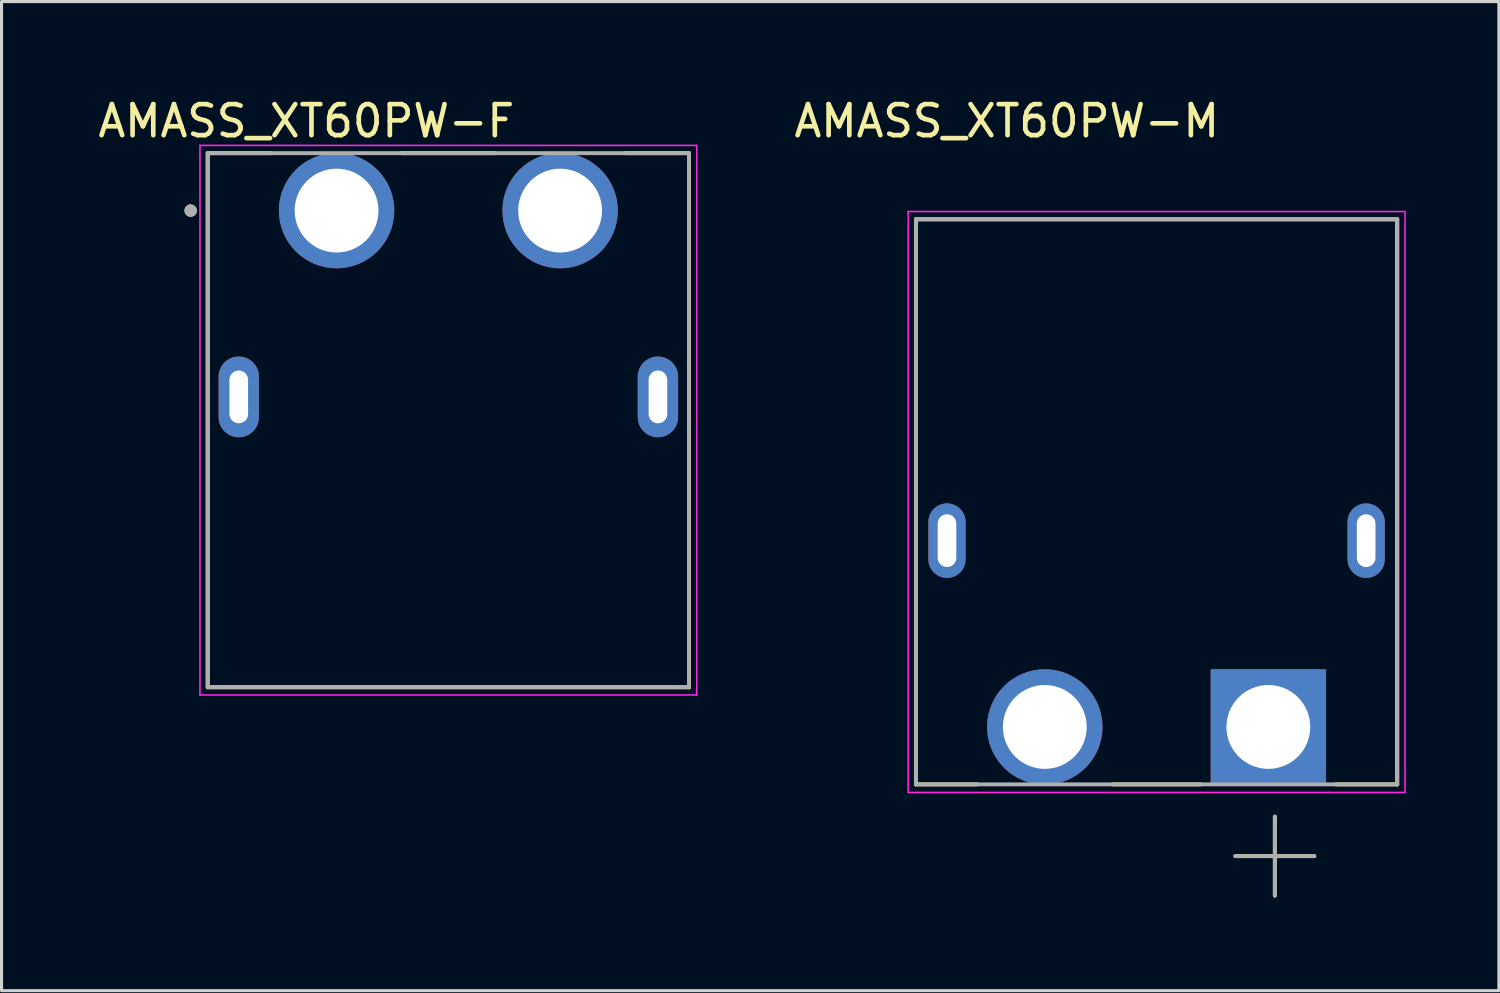
<source format=kicad_pcb>
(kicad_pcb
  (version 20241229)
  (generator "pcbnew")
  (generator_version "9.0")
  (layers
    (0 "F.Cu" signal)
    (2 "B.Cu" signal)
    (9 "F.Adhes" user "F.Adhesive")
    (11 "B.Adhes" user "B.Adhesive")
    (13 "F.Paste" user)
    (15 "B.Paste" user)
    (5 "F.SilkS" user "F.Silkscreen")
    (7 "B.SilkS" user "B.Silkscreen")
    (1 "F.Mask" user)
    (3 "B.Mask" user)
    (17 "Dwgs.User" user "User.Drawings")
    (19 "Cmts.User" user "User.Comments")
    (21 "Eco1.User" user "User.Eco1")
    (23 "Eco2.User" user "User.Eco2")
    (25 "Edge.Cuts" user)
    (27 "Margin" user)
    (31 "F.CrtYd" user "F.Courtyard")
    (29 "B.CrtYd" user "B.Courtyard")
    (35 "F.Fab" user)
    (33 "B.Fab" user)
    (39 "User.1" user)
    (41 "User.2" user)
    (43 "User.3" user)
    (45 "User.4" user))
  (footprint "AMASS_XT60PW-M"
    (layer "F.Cu")
    (at 34.2 14.363)
    (property "Reference" "AMASS_XT60PW-M" (at -4.824 -13.515 0) (layer "F.SilkS") (effects (font (size 1 1) (thickness 0.15))))
    (attr through_hole)
    (fp_line (start -7.75 -10.35) (end -7.75 7.85) (stroke (width 0.127) (type solid)) (layer "F.SilkS"))
    (fp_line (start -7.75 7.85) (end -5.778 7.85) (stroke (width 0.127) (type solid)) (layer "F.SilkS"))
    (fp_line (start -1.422 7.85) (end 1.422 7.85) (stroke (width 0.127) (type solid)) (layer "F.SilkS"))
    (fp_line (start 2.54 10.16) (end 3.81 10.16) (stroke (width 0.127) (type solid)) (layer "F.SilkS"))
    (fp_line (start 3.81 10.16) (end 3.81 8.89) (stroke (width 0.127) (type solid)) (layer "F.SilkS"))
    (fp_line (start 3.81 10.16) (end 3.81 11.43) (stroke (width 0.127) (type solid)) (layer "F.SilkS"))
    (fp_line (start 5.08 10.16) (end 3.81 10.16) (stroke (width 0.127) (type solid)) (layer "F.SilkS"))
    (fp_line (start 7.75 -10.35) (end -7.75 -10.35) (stroke (width 0.127) (type solid)) (layer "F.SilkS"))
    (fp_line (start 7.75 7.85) (end 5.778 7.85) (stroke (width 0.127) (type solid)) (layer "F.SilkS"))
    (fp_line (start 7.75 7.85) (end 7.75 -10.35) (stroke (width 0.127) (type solid)) (layer "F.SilkS"))
    (fp_line (start -8 -10.6) (end -8 8.11) (stroke (width 0.05) (type solid)) (layer "F.CrtYd"))
    (fp_line (start -8 8.11) (end 8 8.11) (stroke (width 0.05) (type solid)) (layer "F.CrtYd"))
    (fp_line (start 8 -10.6) (end -8 -10.6) (stroke (width 0.05) (type solid)) (layer "F.CrtYd"))
    (fp_line (start 8 8.11) (end 8 -10.6) (stroke (width 0.05) (type solid)) (layer "F.CrtYd"))
    (fp_line (start -7.75 -10.35) (end -7.75 7.85) (stroke (width 0.127) (type solid)) (layer "F.Fab"))
    (fp_line (start -7.75 7.85) (end 7.75 7.85) (stroke (width 0.127) (type solid)) (layer "F.Fab"))
    (fp_line (start 2.54 10.16) (end 3.81 10.16) (stroke (width 0.127) (type solid)) (layer "F.Fab"))
    (fp_line (start 3.81 10.16) (end 3.81 8.89) (stroke (width 0.127) (type solid)) (layer "F.Fab"))
    (fp_line (start 3.81 10.16) (end 3.81 11.43) (stroke (width 0.127) (type solid)) (layer "F.Fab"))
    (fp_line (start 5.08 10.16) (end 3.81 10.16) (stroke (width 0.127) (type solid)) (layer "F.Fab"))
    (fp_line (start 7.75 -10.35) (end -7.75 -10.35) (stroke (width 0.127) (type solid)) (layer "F.Fab"))
    (fp_line (start 7.75 7.85) (end 7.75 -10.35) (stroke (width 0.127) (type solid)) (layer "F.Fab"))
    (pad "" thru_hole oval (at -6.75 0) (size 1.2 2.4) (drill oval 0.6 1.7) (layers "*.Cu" "*.Mask"))
    (pad "" thru_hole oval (at 6.75 0) (size 1.2 2.4) (drill oval 0.6 1.7) (layers "*.Cu" "*.Mask"))
    (pad "1" thru_hole rect (at 3.6 6) (size 3.716 3.716) (drill 2.7) (layers "*.Cu" "*.Mask"))
    (pad "2" thru_hole circle (at -3.6 6) (size 3.716 3.716) (drill 2.7) (layers "*.Cu" "*.Mask")))
  (footprint "AMASS_XT60PW-F"
    (layer "F.Cu")
    (at 11.39 3.733)
    (property "Reference" "AMASS_XT60PW-F" (at -4.575 -2.885 0) (layer "F.SilkS") (effects (font (size 1 1) (thickness 0.15))))
    (attr through_hole)
    (fp_line (start -7.75 -1.85) (end -5.71 -1.85) (stroke (width 0.127) (type solid)) (layer "F.SilkS"))
    (fp_line (start -7.75 15.35) (end -7.75 -1.85) (stroke (width 0.127) (type solid)) (layer "F.SilkS"))
    (fp_line (start -1.49 -1.85) (end 1.49 -1.85) (stroke (width 0.127) (type solid)) (layer "F.SilkS"))
    (fp_line (start 5.71 -1.85) (end 7.75 -1.85) (stroke (width 0.127) (type solid)) (layer "F.SilkS"))
    (fp_line (start 7.75 -1.85) (end 7.75 15.35) (stroke (width 0.127) (type solid)) (layer "F.SilkS"))
    (fp_line (start 7.75 15.35) (end -7.75 15.35) (stroke (width 0.127) (type solid)) (layer "F.SilkS"))
    (fp_circle (center -8.3 0) (end -8.2 0) (stroke (width 0.2) (type solid)) (fill no) (layer "F.SilkS"))
    (fp_line (start -8 -2.1) (end 8 -2.1) (stroke (width 0.05) (type solid)) (layer "F.CrtYd"))
    (fp_line (start -8 15.6) (end -8 -2.1) (stroke (width 0.05) (type solid)) (layer "F.CrtYd"))
    (fp_line (start 8 -2.1) (end 8 15.6) (stroke (width 0.05) (type solid)) (layer "F.CrtYd"))
    (fp_line (start 8 15.6) (end -8 15.6) (stroke (width 0.05) (type solid)) (layer "F.CrtYd"))
    (fp_line (start -7.75 -1.85) (end 7.75 -1.85) (stroke (width 0.127) (type solid)) (layer "F.Fab"))
    (fp_line (start -7.75 15.35) (end -7.75 -1.85) (stroke (width 0.127) (type solid)) (layer "F.Fab"))
    (fp_line (start 7.75 -1.85) (end 7.75 15.35) (stroke (width 0.127) (type solid)) (layer "F.Fab"))
    (fp_line (start 7.75 15.35) (end -7.75 15.35) (stroke (width 0.127) (type solid)) (layer "F.Fab"))
    (fp_circle (center -8.3 0) (end -8.2 0) (stroke (width 0.2) (type solid)) (fill no) (layer "F.Fab"))
    (pad "" thru_hole oval (at -6.75 6) (size 1.3 2.6) (drill oval 0.6 1.7) (layers "*.Cu" "*.Mask"))
    (pad "" thru_hole oval (at 6.75 6) (size 1.3 2.6) (drill oval 0.6 1.7) (layers "*.Cu" "*.Mask"))
    (pad "1" thru_hole circle (at -3.6 0) (size 3.716 3.716) (drill 2.7) (layers "*.Cu" "*.Mask"))
    (pad "2" thru_hole circle (at 3.6 0) (size 3.716 3.716) (drill 2.7) (layers "*.Cu" "*.Mask")))
  (gr_rect
    (start -3 -3)
    (end 45.225 28.857)
    (stroke (width 0.1) (type default))
    (fill no)
    (layer "Edge.Cuts")))
</source>
